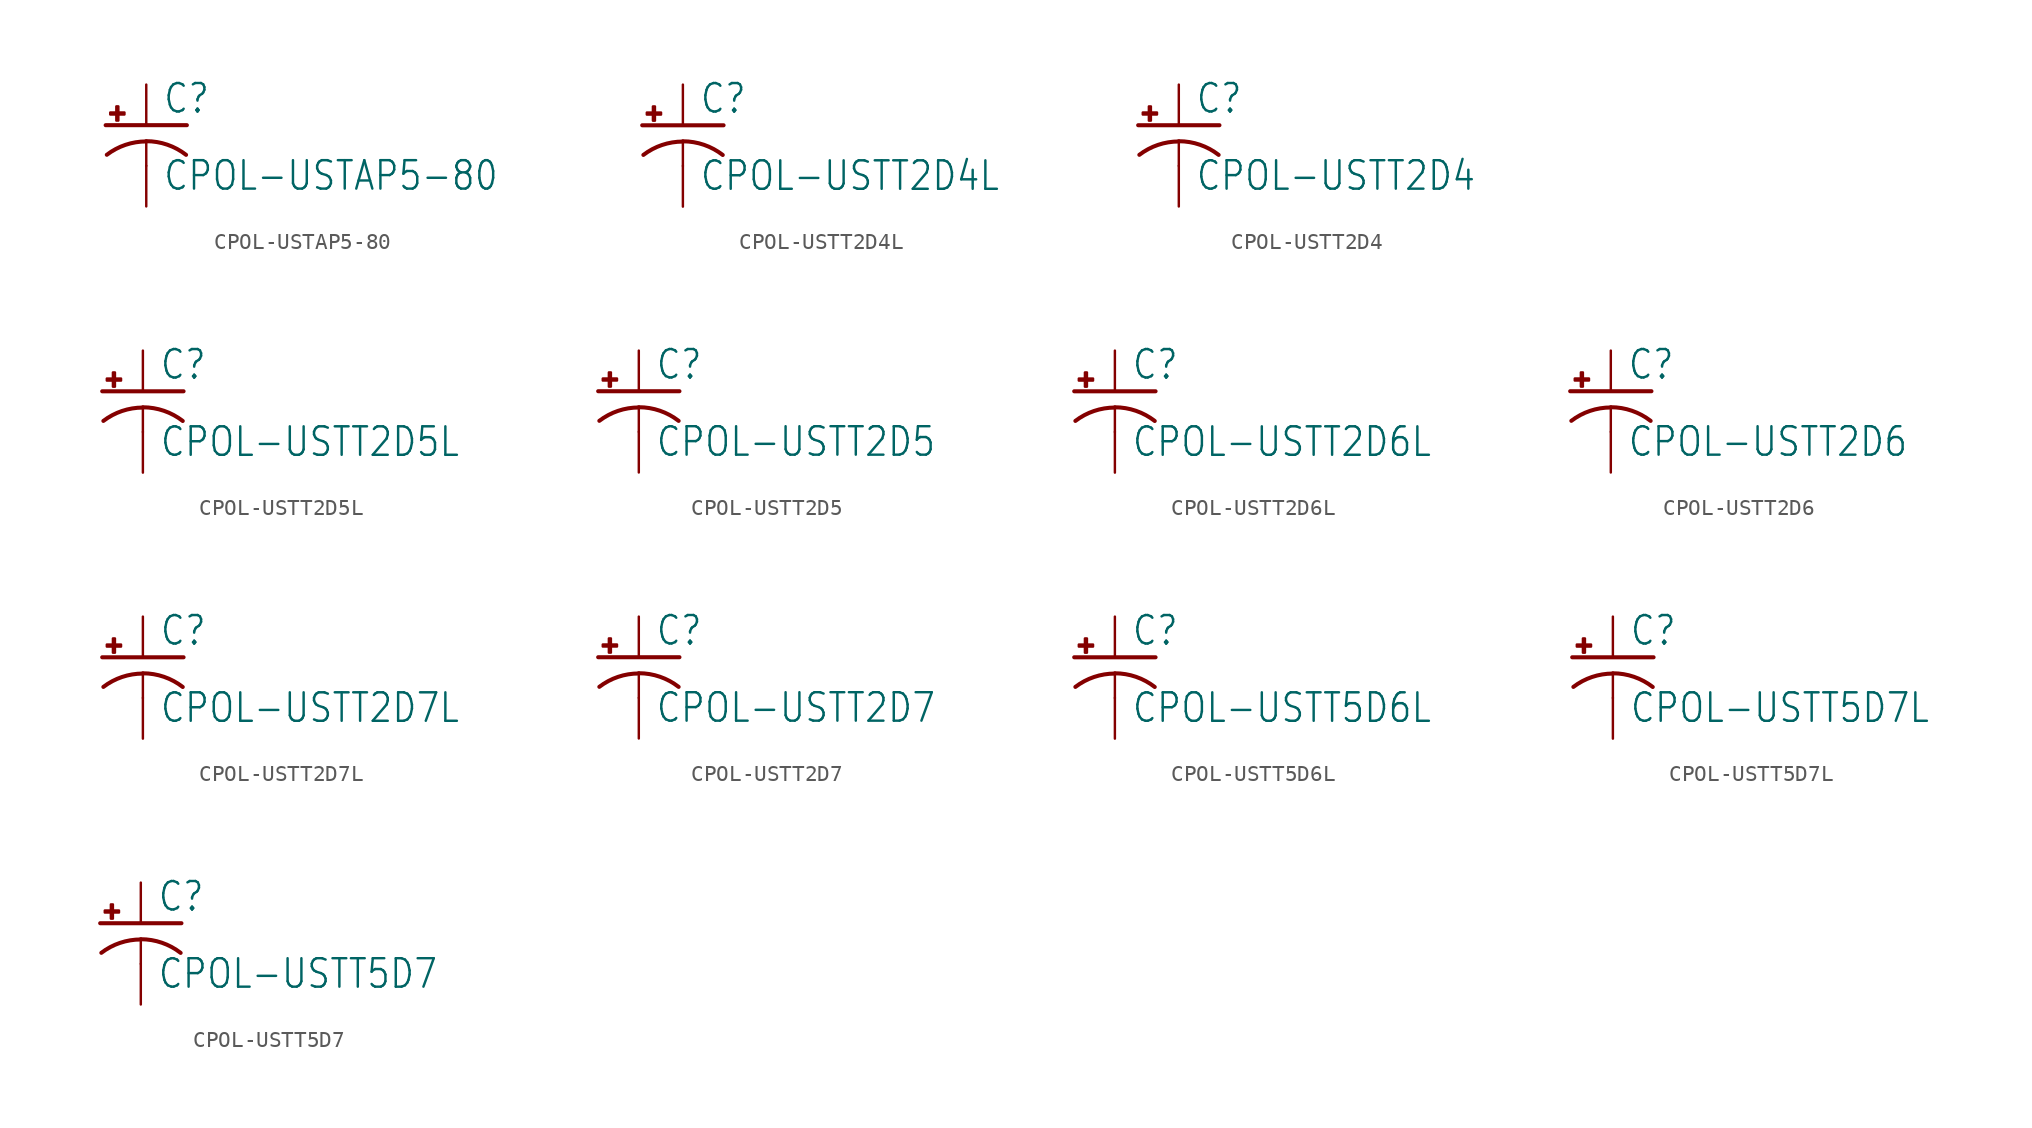
<source format=kicad_sym>
(kicad_symbol_lib
  (version 20220331)
  (generator kicad_symbol_editor)
  (symbol "CPOL-USTAP5-80"
    (property "Reference" "C"
      (at 1.016 0.635 0)
      (effects (font (size 1.778 1.511)) (justify left bottom)))
    (property "Value" "CPOL-USTAP5-80"
      (at 1.016 -4.191 0)
      (effects (font (size 1.778 1.511)) (justify left bottom)))
    (property "ki_locked" ""
      (at 0 0 0)
      (effects (font (size 1.27 1.27))))
    (symbol "CPOL-USTAP5-80_1_0"
      (rectangle (start -2.253 0.668) (end -1.364 0.795) (stroke (width 0) (type default)) (fill (type outline)))
      (rectangle (start -1.872 0.287) (end -1.745 1.176) (stroke (width 0) (type default)) (fill (type outline)))
      (arc (start 0 -1.0161) (mid -1.3021 -1.2302) (end -2.4669 -1.8504) (stroke (width 0.254) (type solid)) (fill (type none)))
      (polyline (pts (xy -2.54 0) (xy 2.54 0)) (stroke (width 0.254) (type solid)) (fill (type none)))
      (polyline (pts (xy 0 -1.016) (xy 0 -2.54)) (stroke (width 0.152) (type solid)) (fill (type none)))
      (arc (start 2.4892 -1.8542) (mid 1.3158 -1.2195) (end 0 -1) (stroke (width 0.254) (type solid)) (fill (type none)))
      (pin passive line (at 0 2.54 270) (length 2.54) (name "+" (effects (font (size 0 0)))) (number "+" (effects (font (size 0 0)))))
      (pin passive line (at 0 -5.08 90) (length 2.54) (name "-" (effects (font (size 0 0)))) (number "-" (effects (font (size 0 0)))))))
  (symbol "CPOL-USTT2D4L"
    (property "Reference" "C"
      (at 1.016 0.635 0)
      (effects (font (size 1.778 1.511)) (justify left bottom)))
    (property "Value" "CPOL-USTT2D4L"
      (at 1.016 -4.191 0)
      (effects (font (size 1.778 1.511)) (justify left bottom)))
    (property "ki_locked" ""
      (at 0 0 0)
      (effects (font (size 1.27 1.27))))
    (symbol "CPOL-USTT2D4L_1_0"
      (rectangle (start -2.253 0.668) (end -1.364 0.795) (stroke (width 0) (type default)) (fill (type outline)))
      (rectangle (start -1.872 0.287) (end -1.745 1.176) (stroke (width 0) (type default)) (fill (type outline)))
      (arc (start 0 -1.0161) (mid -1.3021 -1.2302) (end -2.4669 -1.8504) (stroke (width 0.254) (type solid)) (fill (type none)))
      (polyline (pts (xy -2.54 0) (xy 2.54 0)) (stroke (width 0.254) (type solid)) (fill (type none)))
      (polyline (pts (xy 0 -1.016) (xy 0 -2.54)) (stroke (width 0.152) (type solid)) (fill (type none)))
      (arc (start 2.4892 -1.8542) (mid 1.3158 -1.2195) (end 0 -1) (stroke (width 0.254) (type solid)) (fill (type none)))
      (pin passive line (at 0 2.54 270) (length 2.54) (name "+" (effects (font (size 0 0)))) (number "+" (effects (font (size 0 0)))))
      (pin passive line (at 0 -5.08 90) (length 2.54) (name "-" (effects (font (size 0 0)))) (number "-" (effects (font (size 0 0)))))))
  (symbol "CPOL-USTT2D4"
    (property "Reference" "C"
      (at 1.016 0.635 0)
      (effects (font (size 1.778 1.511)) (justify left bottom)))
    (property "Value" "CPOL-USTT2D4"
      (at 1.016 -4.191 0)
      (effects (font (size 1.778 1.511)) (justify left bottom)))
    (property "ki_locked" ""
      (at 0 0 0)
      (effects (font (size 1.27 1.27))))
    (symbol "CPOL-USTT2D4_1_0"
      (rectangle (start -2.253 0.668) (end -1.364 0.795) (stroke (width 0) (type default)) (fill (type outline)))
      (rectangle (start -1.872 0.287) (end -1.745 1.176) (stroke (width 0) (type default)) (fill (type outline)))
      (arc (start 0 -1.0161) (mid -1.3021 -1.2302) (end -2.4669 -1.8504) (stroke (width 0.254) (type solid)) (fill (type none)))
      (polyline (pts (xy -2.54 0) (xy 2.54 0)) (stroke (width 0.254) (type solid)) (fill (type none)))
      (polyline (pts (xy 0 -1.016) (xy 0 -2.54)) (stroke (width 0.152) (type solid)) (fill (type none)))
      (arc (start 2.4892 -1.8542) (mid 1.3158 -1.2195) (end 0 -1) (stroke (width 0.254) (type solid)) (fill (type none)))
      (pin passive line (at 0 2.54 270) (length 2.54) (name "+" (effects (font (size 0 0)))) (number "+" (effects (font (size 0 0)))))
      (pin passive line (at 0 -5.08 90) (length 2.54) (name "-" (effects (font (size 0 0)))) (number "-" (effects (font (size 0 0)))))))
  (symbol "CPOL-USTT2D5L"
    (property "Reference" "C"
      (at 1.016 0.635 0)
      (effects (font (size 1.778 1.511)) (justify left bottom)))
    (property "Value" "CPOL-USTT2D5L"
      (at 1.016 -4.191 0)
      (effects (font (size 1.778 1.511)) (justify left bottom)))
    (property "ki_locked" ""
      (at 0 0 0)
      (effects (font (size 1.27 1.27))))
    (symbol "CPOL-USTT2D5L_1_0"
      (rectangle (start -2.253 0.668) (end -1.364 0.795) (stroke (width 0) (type default)) (fill (type outline)))
      (rectangle (start -1.872 0.287) (end -1.745 1.176) (stroke (width 0) (type default)) (fill (type outline)))
      (arc (start 0 -1.0161) (mid -1.3021 -1.2302) (end -2.4669 -1.8504) (stroke (width 0.254) (type solid)) (fill (type none)))
      (polyline (pts (xy -2.54 0) (xy 2.54 0)) (stroke (width 0.254) (type solid)) (fill (type none)))
      (polyline (pts (xy 0 -1.016) (xy 0 -2.54)) (stroke (width 0.152) (type solid)) (fill (type none)))
      (arc (start 2.4892 -1.8542) (mid 1.3158 -1.2195) (end 0 -1) (stroke (width 0.254) (type solid)) (fill (type none)))
      (pin passive line (at 0 2.54 270) (length 2.54) (name "+" (effects (font (size 0 0)))) (number "+" (effects (font (size 0 0)))))
      (pin passive line (at 0 -5.08 90) (length 2.54) (name "-" (effects (font (size 0 0)))) (number "-" (effects (font (size 0 0)))))))
  (symbol "CPOL-USTT2D5"
    (property "Reference" "C"
      (at 1.016 0.635 0)
      (effects (font (size 1.778 1.511)) (justify left bottom)))
    (property "Value" "CPOL-USTT2D5"
      (at 1.016 -4.191 0)
      (effects (font (size 1.778 1.511)) (justify left bottom)))
    (property "ki_locked" ""
      (at 0 0 0)
      (effects (font (size 1.27 1.27))))
    (symbol "CPOL-USTT2D5_1_0"
      (rectangle (start -2.253 0.668) (end -1.364 0.795) (stroke (width 0) (type default)) (fill (type outline)))
      (rectangle (start -1.872 0.287) (end -1.745 1.176) (stroke (width 0) (type default)) (fill (type outline)))
      (arc (start 0 -1.0161) (mid -1.3021 -1.2302) (end -2.4669 -1.8504) (stroke (width 0.254) (type solid)) (fill (type none)))
      (polyline (pts (xy -2.54 0) (xy 2.54 0)) (stroke (width 0.254) (type solid)) (fill (type none)))
      (polyline (pts (xy 0 -1.016) (xy 0 -2.54)) (stroke (width 0.152) (type solid)) (fill (type none)))
      (arc (start 2.4892 -1.8542) (mid 1.3158 -1.2195) (end 0 -1) (stroke (width 0.254) (type solid)) (fill (type none)))
      (pin passive line (at 0 2.54 270) (length 2.54) (name "+" (effects (font (size 0 0)))) (number "+" (effects (font (size 0 0)))))
      (pin passive line (at 0 -5.08 90) (length 2.54) (name "-" (effects (font (size 0 0)))) (number "-" (effects (font (size 0 0)))))))
  (symbol "CPOL-USTT2D6L"
    (property "Reference" "C"
      (at 1.016 0.635 0)
      (effects (font (size 1.778 1.511)) (justify left bottom)))
    (property "Value" "CPOL-USTT2D6L"
      (at 1.016 -4.191 0)
      (effects (font (size 1.778 1.511)) (justify left bottom)))
    (property "ki_locked" ""
      (at 0 0 0)
      (effects (font (size 1.27 1.27))))
    (symbol "CPOL-USTT2D6L_1_0"
      (rectangle (start -2.253 0.668) (end -1.364 0.795) (stroke (width 0) (type default)) (fill (type outline)))
      (rectangle (start -1.872 0.287) (end -1.745 1.176) (stroke (width 0) (type default)) (fill (type outline)))
      (arc (start 0 -1.0161) (mid -1.3021 -1.2302) (end -2.4669 -1.8504) (stroke (width 0.254) (type solid)) (fill (type none)))
      (polyline (pts (xy -2.54 0) (xy 2.54 0)) (stroke (width 0.254) (type solid)) (fill (type none)))
      (polyline (pts (xy 0 -1.016) (xy 0 -2.54)) (stroke (width 0.152) (type solid)) (fill (type none)))
      (arc (start 2.4892 -1.8542) (mid 1.3158 -1.2195) (end 0 -1) (stroke (width 0.254) (type solid)) (fill (type none)))
      (pin passive line (at 0 2.54 270) (length 2.54) (name "+" (effects (font (size 0 0)))) (number "+" (effects (font (size 0 0)))))
      (pin passive line (at 0 -5.08 90) (length 2.54) (name "-" (effects (font (size 0 0)))) (number "-" (effects (font (size 0 0)))))))
  (symbol "CPOL-USTT2D6"
    (property "Reference" "C"
      (at 1.016 0.635 0)
      (effects (font (size 1.778 1.511)) (justify left bottom)))
    (property "Value" "CPOL-USTT2D6"
      (at 1.016 -4.191 0)
      (effects (font (size 1.778 1.511)) (justify left bottom)))
    (property "ki_locked" ""
      (at 0 0 0)
      (effects (font (size 1.27 1.27))))
    (symbol "CPOL-USTT2D6_1_0"
      (rectangle (start -2.253 0.668) (end -1.364 0.795) (stroke (width 0) (type default)) (fill (type outline)))
      (rectangle (start -1.872 0.287) (end -1.745 1.176) (stroke (width 0) (type default)) (fill (type outline)))
      (arc (start 0 -1.0161) (mid -1.3021 -1.2302) (end -2.4669 -1.8504) (stroke (width 0.254) (type solid)) (fill (type none)))
      (polyline (pts (xy -2.54 0) (xy 2.54 0)) (stroke (width 0.254) (type solid)) (fill (type none)))
      (polyline (pts (xy 0 -1.016) (xy 0 -2.54)) (stroke (width 0.152) (type solid)) (fill (type none)))
      (arc (start 2.4892 -1.8542) (mid 1.3158 -1.2195) (end 0 -1) (stroke (width 0.254) (type solid)) (fill (type none)))
      (pin passive line (at 0 2.54 270) (length 2.54) (name "+" (effects (font (size 0 0)))) (number "+" (effects (font (size 0 0)))))
      (pin passive line (at 0 -5.08 90) (length 2.54) (name "-" (effects (font (size 0 0)))) (number "-" (effects (font (size 0 0)))))))
  (symbol "CPOL-USTT2D7L"
    (property "Reference" "C"
      (at 1.016 0.635 0)
      (effects (font (size 1.778 1.511)) (justify left bottom)))
    (property "Value" "CPOL-USTT2D7L"
      (at 1.016 -4.191 0)
      (effects (font (size 1.778 1.511)) (justify left bottom)))
    (property "ki_locked" ""
      (at 0 0 0)
      (effects (font (size 1.27 1.27))))
    (symbol "CPOL-USTT2D7L_1_0"
      (rectangle (start -2.253 0.668) (end -1.364 0.795) (stroke (width 0) (type default)) (fill (type outline)))
      (rectangle (start -1.872 0.287) (end -1.745 1.176) (stroke (width 0) (type default)) (fill (type outline)))
      (arc (start 0 -1.0161) (mid -1.3021 -1.2302) (end -2.4669 -1.8504) (stroke (width 0.254) (type solid)) (fill (type none)))
      (polyline (pts (xy -2.54 0) (xy 2.54 0)) (stroke (width 0.254) (type solid)) (fill (type none)))
      (polyline (pts (xy 0 -1.016) (xy 0 -2.54)) (stroke (width 0.152) (type solid)) (fill (type none)))
      (arc (start 2.4892 -1.8542) (mid 1.3158 -1.2195) (end 0 -1) (stroke (width 0.254) (type solid)) (fill (type none)))
      (pin passive line (at 0 2.54 270) (length 2.54) (name "+" (effects (font (size 0 0)))) (number "+" (effects (font (size 0 0)))))
      (pin passive line (at 0 -5.08 90) (length 2.54) (name "-" (effects (font (size 0 0)))) (number "-" (effects (font (size 0 0)))))))
  (symbol "CPOL-USTT2D7"
    (property "Reference" "C"
      (at 1.016 0.635 0)
      (effects (font (size 1.778 1.511)) (justify left bottom)))
    (property "Value" "CPOL-USTT2D7"
      (at 1.016 -4.191 0)
      (effects (font (size 1.778 1.511)) (justify left bottom)))
    (property "ki_locked" ""
      (at 0 0 0)
      (effects (font (size 1.27 1.27))))
    (symbol "CPOL-USTT2D7_1_0"
      (rectangle (start -2.253 0.668) (end -1.364 0.795) (stroke (width 0) (type default)) (fill (type outline)))
      (rectangle (start -1.872 0.287) (end -1.745 1.176) (stroke (width 0) (type default)) (fill (type outline)))
      (arc (start 0 -1.0161) (mid -1.3021 -1.2302) (end -2.4669 -1.8504) (stroke (width 0.254) (type solid)) (fill (type none)))
      (polyline (pts (xy -2.54 0) (xy 2.54 0)) (stroke (width 0.254) (type solid)) (fill (type none)))
      (polyline (pts (xy 0 -1.016) (xy 0 -2.54)) (stroke (width 0.152) (type solid)) (fill (type none)))
      (arc (start 2.4892 -1.8542) (mid 1.3158 -1.2195) (end 0 -1) (stroke (width 0.254) (type solid)) (fill (type none)))
      (pin passive line (at 0 2.54 270) (length 2.54) (name "+" (effects (font (size 0 0)))) (number "+" (effects (font (size 0 0)))))
      (pin passive line (at 0 -5.08 90) (length 2.54) (name "-" (effects (font (size 0 0)))) (number "-" (effects (font (size 0 0)))))))
  (symbol "CPOL-USTT5D6L"
    (property "Reference" "C"
      (at 1.016 0.635 0)
      (effects (font (size 1.778 1.511)) (justify left bottom)))
    (property "Value" "CPOL-USTT5D6L"
      (at 1.016 -4.191 0)
      (effects (font (size 1.778 1.511)) (justify left bottom)))
    (property "ki_locked" ""
      (at 0 0 0)
      (effects (font (size 1.27 1.27))))
    (symbol "CPOL-USTT5D6L_1_0"
      (rectangle (start -2.253 0.668) (end -1.364 0.795) (stroke (width 0) (type default)) (fill (type outline)))
      (rectangle (start -1.872 0.287) (end -1.745 1.176) (stroke (width 0) (type default)) (fill (type outline)))
      (arc (start 0 -1.0161) (mid -1.3021 -1.2302) (end -2.4669 -1.8504) (stroke (width 0.254) (type solid)) (fill (type none)))
      (polyline (pts (xy -2.54 0) (xy 2.54 0)) (stroke (width 0.254) (type solid)) (fill (type none)))
      (polyline (pts (xy 0 -1.016) (xy 0 -2.54)) (stroke (width 0.152) (type solid)) (fill (type none)))
      (arc (start 2.4892 -1.8542) (mid 1.3158 -1.2195) (end 0 -1) (stroke (width 0.254) (type solid)) (fill (type none)))
      (pin passive line (at 0 2.54 270) (length 2.54) (name "+" (effects (font (size 0 0)))) (number "+" (effects (font (size 0 0)))))
      (pin passive line (at 0 -5.08 90) (length 2.54) (name "-" (effects (font (size 0 0)))) (number "-" (effects (font (size 0 0)))))))
  (symbol "CPOL-USTT5D7L"
    (property "Reference" "C"
      (at 1.016 0.635 0)
      (effects (font (size 1.778 1.511)) (justify left bottom)))
    (property "Value" "CPOL-USTT5D7L"
      (at 1.016 -4.191 0)
      (effects (font (size 1.778 1.511)) (justify left bottom)))
    (property "ki_locked" ""
      (at 0 0 0)
      (effects (font (size 1.27 1.27))))
    (symbol "CPOL-USTT5D7L_1_0"
      (rectangle (start -2.253 0.668) (end -1.364 0.795) (stroke (width 0) (type default)) (fill (type outline)))
      (rectangle (start -1.872 0.287) (end -1.745 1.176) (stroke (width 0) (type default)) (fill (type outline)))
      (arc (start 0 -1.0161) (mid -1.3021 -1.2302) (end -2.4669 -1.8504) (stroke (width 0.254) (type solid)) (fill (type none)))
      (polyline (pts (xy -2.54 0) (xy 2.54 0)) (stroke (width 0.254) (type solid)) (fill (type none)))
      (polyline (pts (xy 0 -1.016) (xy 0 -2.54)) (stroke (width 0.152) (type solid)) (fill (type none)))
      (arc (start 2.4892 -1.8542) (mid 1.3158 -1.2195) (end 0 -1) (stroke (width 0.254) (type solid)) (fill (type none)))
      (pin passive line (at 0 2.54 270) (length 2.54) (name "+" (effects (font (size 0 0)))) (number "+" (effects (font (size 0 0)))))
      (pin passive line (at 0 -5.08 90) (length 2.54) (name "-" (effects (font (size 0 0)))) (number "-" (effects (font (size 0 0)))))))
  (symbol "CPOL-USTT5D7"
    (property "Reference" "C"
      (at 1.016 0.635 0)
      (effects (font (size 1.778 1.511)) (justify left bottom)))
    (property "Value" "CPOL-USTT5D7"
      (at 1.016 -4.191 0)
      (effects (font (size 1.778 1.511)) (justify left bottom)))
    (property "ki_locked" ""
      (at 0 0 0)
      (effects (font (size 1.27 1.27))))
    (symbol "CPOL-USTT5D7_1_0"
      (rectangle (start -2.253 0.668) (end -1.364 0.795) (stroke (width 0) (type default)) (fill (type outline)))
      (rectangle (start -1.872 0.287) (end -1.745 1.176) (stroke (width 0) (type default)) (fill (type outline)))
      (arc (start 0 -1.0161) (mid -1.3021 -1.2302) (end -2.4669 -1.8504) (stroke (width 0.254) (type solid)) (fill (type none)))
      (polyline (pts (xy -2.54 0) (xy 2.54 0)) (stroke (width 0.254) (type solid)) (fill (type none)))
      (polyline (pts (xy 0 -1.016) (xy 0 -2.54)) (stroke (width 0.152) (type solid)) (fill (type none)))
      (arc (start 2.4892 -1.8542) (mid 1.3158 -1.2195) (end 0 -1) (stroke (width 0.254) (type solid)) (fill (type none)))
      (pin passive line (at 0 2.54 270) (length 2.54) (name "+" (effects (font (size 0 0)))) (number "+" (effects (font (size 0 0)))))
      (pin passive line (at 0 -5.08 90) (length 2.54) (name "-" (effects (font (size 0 0)))) (number "-" (effects (font (size 0 0))))))))
</source>
